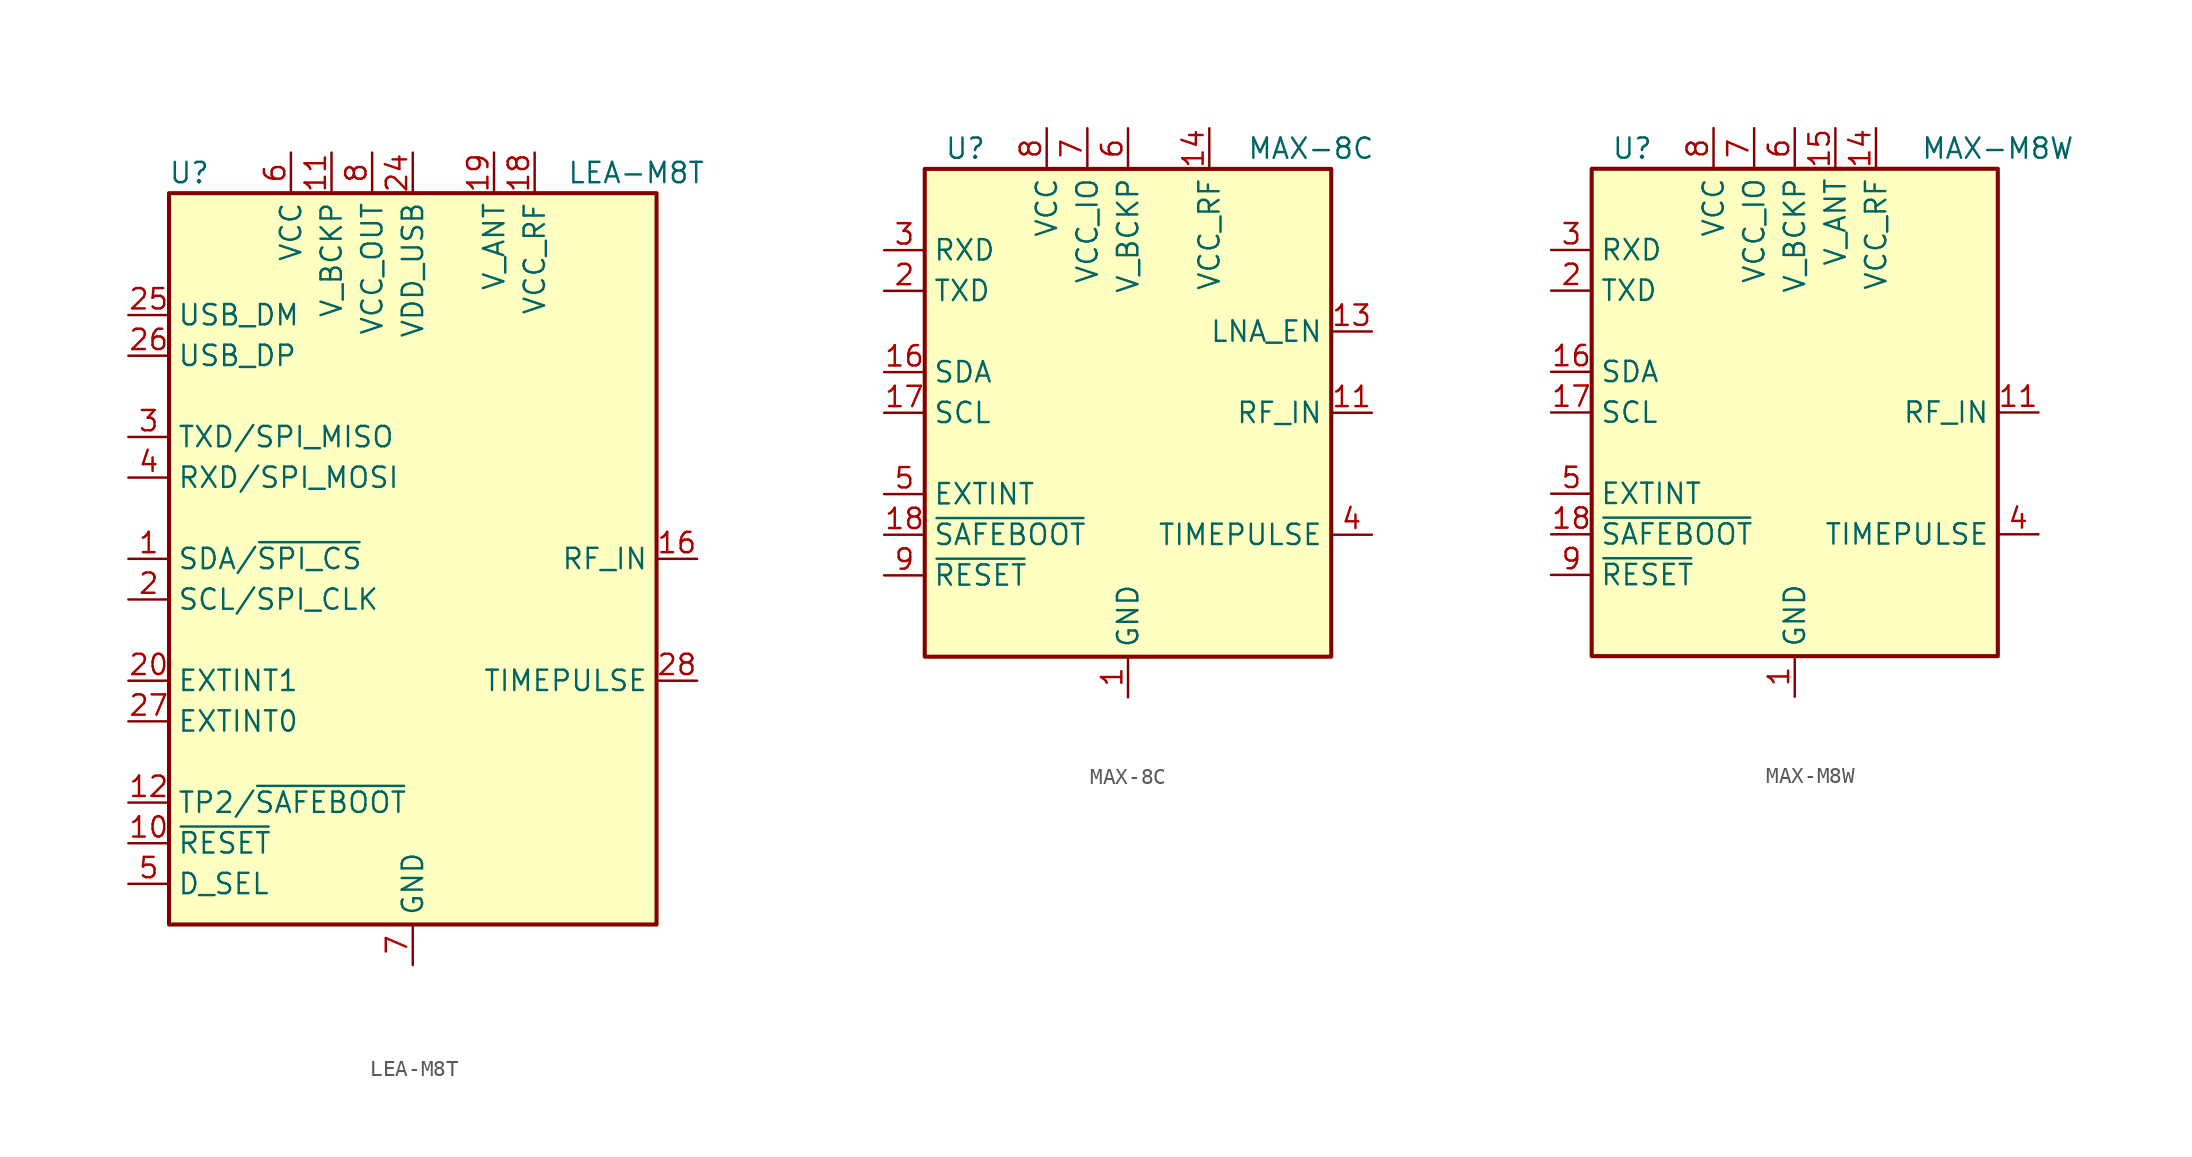
<source format=kicad_sym>
(kicad_symbol_lib
  (version 20201005)
  (generator kicad_symbol_editor)
  (symbol "RF_GPS:LEA-M8T"
    (property "Reference" "U"
      (at -13.97 24.13 0)
      (effects (font (size 1.27 1.27))))
    (property "Value" "LEA-M8T"
      (at 13.97 24.13 0)
      (effects (font (size 1.27 1.27))))
    (symbol "LEA-M8T_0_1"
      (rectangle (start -15.24 22.86) (end 15.24 -22.86) (stroke (width 0.254)) (fill (type background))))
    (symbol "LEA-M8T_1_1"
      (pin bidirectional line (at -17.78 0 0) (length 2.54) (name "SDA/~SPI_CS" (effects (font (size 1.27 1.27)))) (number "1" (effects (font (size 1.27 1.27)))))
      (pin input line (at -17.78 -17.78 0) (length 2.54) (name "~RESET" (effects (font (size 1.27 1.27)))) (number "10" (effects (font (size 1.27 1.27)))))
      (pin power_in line (at -5.08 25.4 270) (length 2.54) (name "V_BCKP" (effects (font (size 1.27 1.27)))) (number "11" (effects (font (size 1.27 1.27)))))
      (pin bidirectional line (at -17.78 -15.24 0) (length 2.54) (name "TP2/~SAFEBOOT" (effects (font (size 1.27 1.27)))) (number "12" (effects (font (size 1.27 1.27)))))
      (pin passive line (at 0 -25.4 90) (length 2.54) hide (name "GND" (effects (font (size 1.27 1.27)))) (number "13" (effects (font (size 1.27 1.27)))))
      (pin passive line (at 0 -25.4 90) (length 2.54) hide (name "GND" (effects (font (size 1.27 1.27)))) (number "14" (effects (font (size 1.27 1.27)))))
      (pin passive line (at 0 -25.4 90) (length 2.54) hide (name "GND" (effects (font (size 1.27 1.27)))) (number "15" (effects (font (size 1.27 1.27)))))
      (pin input line (at 17.78 0 180) (length 2.54) (name "RF_IN" (effects (font (size 1.27 1.27)))) (number "16" (effects (font (size 1.27 1.27)))))
      (pin passive line (at 0 -25.4 90) (length 2.54) hide (name "GND" (effects (font (size 1.27 1.27)))) (number "17" (effects (font (size 1.27 1.27)))))
      (pin power_out line (at 7.62 25.4 270) (length 2.54) (name "VCC_RF" (effects (font (size 1.27 1.27)))) (number "18" (effects (font (size 1.27 1.27)))))
      (pin power_in line (at 5.08 25.4 270) (length 2.54) (name "V_ANT" (effects (font (size 1.27 1.27)))) (number "19" (effects (font (size 1.27 1.27)))))
      (pin input line (at -17.78 -2.54 0) (length 2.54) (name "SCL/SPI_CLK" (effects (font (size 1.27 1.27)))) (number "2" (effects (font (size 1.27 1.27)))))
      (pin input line (at -17.78 -7.62 0) (length 2.54) (name "EXTINT1" (effects (font (size 1.27 1.27)))) (number "20" (effects (font (size 1.27 1.27)))))
      (pin no_connect line (at 15.24 7.62 180) (length 2.54) hide (name "RESERVED" (effects (font (size 1.27 1.27)))) (number "21" (effects (font (size 1.27 1.27)))))
      (pin no_connect line (at 15.24 5.08 180) (length 2.54) hide (name "RESERVED" (effects (font (size 1.27 1.27)))) (number "22" (effects (font (size 1.27 1.27)))))
      (pin no_connect line (at 15.24 2.54 180) (length 2.54) hide (name "RESERVED" (effects (font (size 1.27 1.27)))) (number "23" (effects (font (size 1.27 1.27)))))
      (pin power_in line (at 0 25.4 270) (length 2.54) (name "VDD_USB" (effects (font (size 1.27 1.27)))) (number "24" (effects (font (size 1.27 1.27)))))
      (pin bidirectional line (at -17.78 15.24 0) (length 2.54) (name "USB_DM" (effects (font (size 1.27 1.27)))) (number "25" (effects (font (size 1.27 1.27)))))
      (pin bidirectional line (at -17.78 12.7 0) (length 2.54) (name "USB_DP" (effects (font (size 1.27 1.27)))) (number "26" (effects (font (size 1.27 1.27)))))
      (pin input line (at -17.78 -10.16 0) (length 2.54) (name "EXTINT0" (effects (font (size 1.27 1.27)))) (number "27" (effects (font (size 1.27 1.27)))))
      (pin output line (at 17.78 -7.62 180) (length 2.54) (name "TIMEPULSE" (effects (font (size 1.27 1.27)))) (number "28" (effects (font (size 1.27 1.27)))))
      (pin output line (at -17.78 7.62 0) (length 2.54) (name "TXD/SPI_MISO" (effects (font (size 1.27 1.27)))) (number "3" (effects (font (size 1.27 1.27)))))
      (pin input line (at -17.78 5.08 0) (length 2.54) (name "RXD/SPI_MOSI" (effects (font (size 1.27 1.27)))) (number "4" (effects (font (size 1.27 1.27)))))
      (pin input line (at -17.78 -20.32 0) (length 2.54) (name "D_SEL" (effects (font (size 1.27 1.27)))) (number "5" (effects (font (size 1.27 1.27)))))
      (pin power_in line (at -7.62 25.4 270) (length 2.54) (name "VCC" (effects (font (size 1.27 1.27)))) (number "6" (effects (font (size 1.27 1.27)))))
      (pin power_in line (at 0 -25.4 90) (length 2.54) (name "GND" (effects (font (size 1.27 1.27)))) (number "7" (effects (font (size 1.27 1.27)))))
      (pin power_out line (at -2.54 25.4 270) (length 2.54) (name "VCC_OUT" (effects (font (size 1.27 1.27)))) (number "8" (effects (font (size 1.27 1.27)))))
      (pin no_connect line (at 15.24 10.16 180) (length 2.54) hide (name "RESERVED" (effects (font (size 1.27 1.27)))) (number "9" (effects (font (size 1.27 1.27)))))))
  (symbol "RF_GPS:MAX-8C"
    (property "Reference" "U"
      (at -10.16 16.51 0)
      (effects (font (size 1.27 1.27))))
    (property "Value" "MAX-8C"
      (at 11.43 16.51 0)
      (effects (font (size 1.27 1.27))))
    (symbol "MAX-8C_0_1"
      (rectangle (start 12.7 15.24) (end -12.7 -15.24) (stroke (width 0.254)) (fill (type background))))
    (symbol "MAX-8C_1_1"
      (pin power_in line (at 0 -17.78 90) (length 2.54) (name "GND" (effects (font (size 1.27 1.27)))) (number "1" (effects (font (size 1.27 1.27)))))
      (pin passive line (at 0 -17.78 90) (length 2.54) hide (name "GND" (effects (font (size 1.27 1.27)))) (number "10" (effects (font (size 1.27 1.27)))))
      (pin input line (at 15.24 0 180) (length 2.54) (name "RF_IN" (effects (font (size 1.27 1.27)))) (number "11" (effects (font (size 1.27 1.27)))))
      (pin passive line (at 0 -17.78 90) (length 2.54) hide (name "GND" (effects (font (size 1.27 1.27)))) (number "12" (effects (font (size 1.27 1.27)))))
      (pin output line (at 15.24 5.08 180) (length 2.54) (name "LNA_EN" (effects (font (size 1.27 1.27)))) (number "13" (effects (font (size 1.27 1.27)))))
      (pin power_out line (at 5.08 17.78 270) (length 2.54) (name "VCC_RF" (effects (font (size 1.27 1.27)))) (number "14" (effects (font (size 1.27 1.27)))))
      (pin no_connect line (at 12.7 -5.08 180) (length 2.54) hide (name "Reserved" (effects (font (size 1.27 1.27)))) (number "15" (effects (font (size 1.27 1.27)))))
      (pin bidirectional line (at -15.24 2.54 0) (length 2.54) (name "SDA" (effects (font (size 1.27 1.27)))) (number "16" (effects (font (size 1.27 1.27)))))
      (pin input line (at -15.24 0 0) (length 2.54) (name "SCL" (effects (font (size 1.27 1.27)))) (number "17" (effects (font (size 1.27 1.27)))))
      (pin input line (at -15.24 -7.62 0) (length 2.54) (name "~SAFEBOOT" (effects (font (size 1.27 1.27)))) (number "18" (effects (font (size 1.27 1.27)))))
      (pin output line (at -15.24 7.62 0) (length 2.54) (name "TXD" (effects (font (size 1.27 1.27)))) (number "2" (effects (font (size 1.27 1.27)))))
      (pin input line (at -15.24 10.16 0) (length 2.54) (name "RXD" (effects (font (size 1.27 1.27)))) (number "3" (effects (font (size 1.27 1.27)))))
      (pin output line (at 15.24 -7.62 180) (length 2.54) (name "TIMEPULSE" (effects (font (size 1.27 1.27)))) (number "4" (effects (font (size 1.27 1.27)))))
      (pin input line (at -15.24 -5.08 0) (length 2.54) (name "EXTINT" (effects (font (size 1.27 1.27)))) (number "5" (effects (font (size 1.27 1.27)))))
      (pin power_in line (at 0 17.78 270) (length 2.54) (name "V_BCKP" (effects (font (size 1.27 1.27)))) (number "6" (effects (font (size 1.27 1.27)))))
      (pin power_in line (at -2.54 17.78 270) (length 2.54) (name "VCC_IO" (effects (font (size 1.27 1.27)))) (number "7" (effects (font (size 1.27 1.27)))))
      (pin power_in line (at -5.08 17.78 270) (length 2.54) (name "VCC" (effects (font (size 1.27 1.27)))) (number "8" (effects (font (size 1.27 1.27)))))
      (pin input line (at -15.24 -10.16 0) (length 2.54) (name "~RESET" (effects (font (size 1.27 1.27)))) (number "9" (effects (font (size 1.27 1.27)))))))
  (symbol "RF_GPS:MAX-M8W"
    (property "Reference" "U"
      (at -10.16 16.51 0)
      (effects (font (size 1.27 1.27))))
    (property "Value" "MAX-M8W"
      (at 12.7 16.51 0)
      (effects (font (size 1.27 1.27))))
    (symbol "MAX-M8W_0_1"
      (rectangle (start 12.7 15.24) (end -12.7 -15.24) (stroke (width 0.254)) (fill (type background))))
    (symbol "MAX-M8W_1_1"
      (pin power_in line (at 0 -17.78 90) (length 2.54) (name "GND" (effects (font (size 1.27 1.27)))) (number "1" (effects (font (size 1.27 1.27)))))
      (pin passive line (at 0 -17.78 90) (length 2.54) hide (name "GND" (effects (font (size 1.27 1.27)))) (number "10" (effects (font (size 1.27 1.27)))))
      (pin input line (at 15.24 0 180) (length 2.54) (name "RF_IN" (effects (font (size 1.27 1.27)))) (number "11" (effects (font (size 1.27 1.27)))))
      (pin passive line (at 0 -17.78 90) (length 2.54) hide (name "GND" (effects (font (size 1.27 1.27)))) (number "12" (effects (font (size 1.27 1.27)))))
      (pin no_connect line (at 12.7 -5.08 180) (length 2.54) hide (name "Reserved" (effects (font (size 1.27 1.27)))) (number "13" (effects (font (size 1.27 1.27)))))
      (pin power_out line (at 5.08 17.78 270) (length 2.54) (name "VCC_RF" (effects (font (size 1.27 1.27)))) (number "14" (effects (font (size 1.27 1.27)))))
      (pin power_in line (at 2.54 17.78 270) (length 2.54) (name "V_ANT" (effects (font (size 1.27 1.27)))) (number "15" (effects (font (size 1.27 1.27)))))
      (pin bidirectional line (at -15.24 2.54 0) (length 2.54) (name "SDA" (effects (font (size 1.27 1.27)))) (number "16" (effects (font (size 1.27 1.27)))))
      (pin input line (at -15.24 0 0) (length 2.54) (name "SCL" (effects (font (size 1.27 1.27)))) (number "17" (effects (font (size 1.27 1.27)))))
      (pin input line (at -15.24 -7.62 0) (length 2.54) (name "~SAFEBOOT" (effects (font (size 1.27 1.27)))) (number "18" (effects (font (size 1.27 1.27)))))
      (pin output line (at -15.24 7.62 0) (length 2.54) (name "TXD" (effects (font (size 1.27 1.27)))) (number "2" (effects (font (size 1.27 1.27)))))
      (pin input line (at -15.24 10.16 0) (length 2.54) (name "RXD" (effects (font (size 1.27 1.27)))) (number "3" (effects (font (size 1.27 1.27)))))
      (pin output line (at 15.24 -7.62 180) (length 2.54) (name "TIMEPULSE" (effects (font (size 1.27 1.27)))) (number "4" (effects (font (size 1.27 1.27)))))
      (pin input line (at -15.24 -5.08 0) (length 2.54) (name "EXTINT" (effects (font (size 1.27 1.27)))) (number "5" (effects (font (size 1.27 1.27)))))
      (pin power_in line (at 0 17.78 270) (length 2.54) (name "V_BCKP" (effects (font (size 1.27 1.27)))) (number "6" (effects (font (size 1.27 1.27)))))
      (pin power_in line (at -2.54 17.78 270) (length 2.54) (name "VCC_IO" (effects (font (size 1.27 1.27)))) (number "7" (effects (font (size 1.27 1.27)))))
      (pin power_in line (at -5.08 17.78 270) (length 2.54) (name "VCC" (effects (font (size 1.27 1.27)))) (number "8" (effects (font (size 1.27 1.27)))))
      (pin input line (at -15.24 -10.16 0) (length 2.54) (name "~RESET" (effects (font (size 1.27 1.27)))) (number "9" (effects (font (size 1.27 1.27))))))))
</source>
